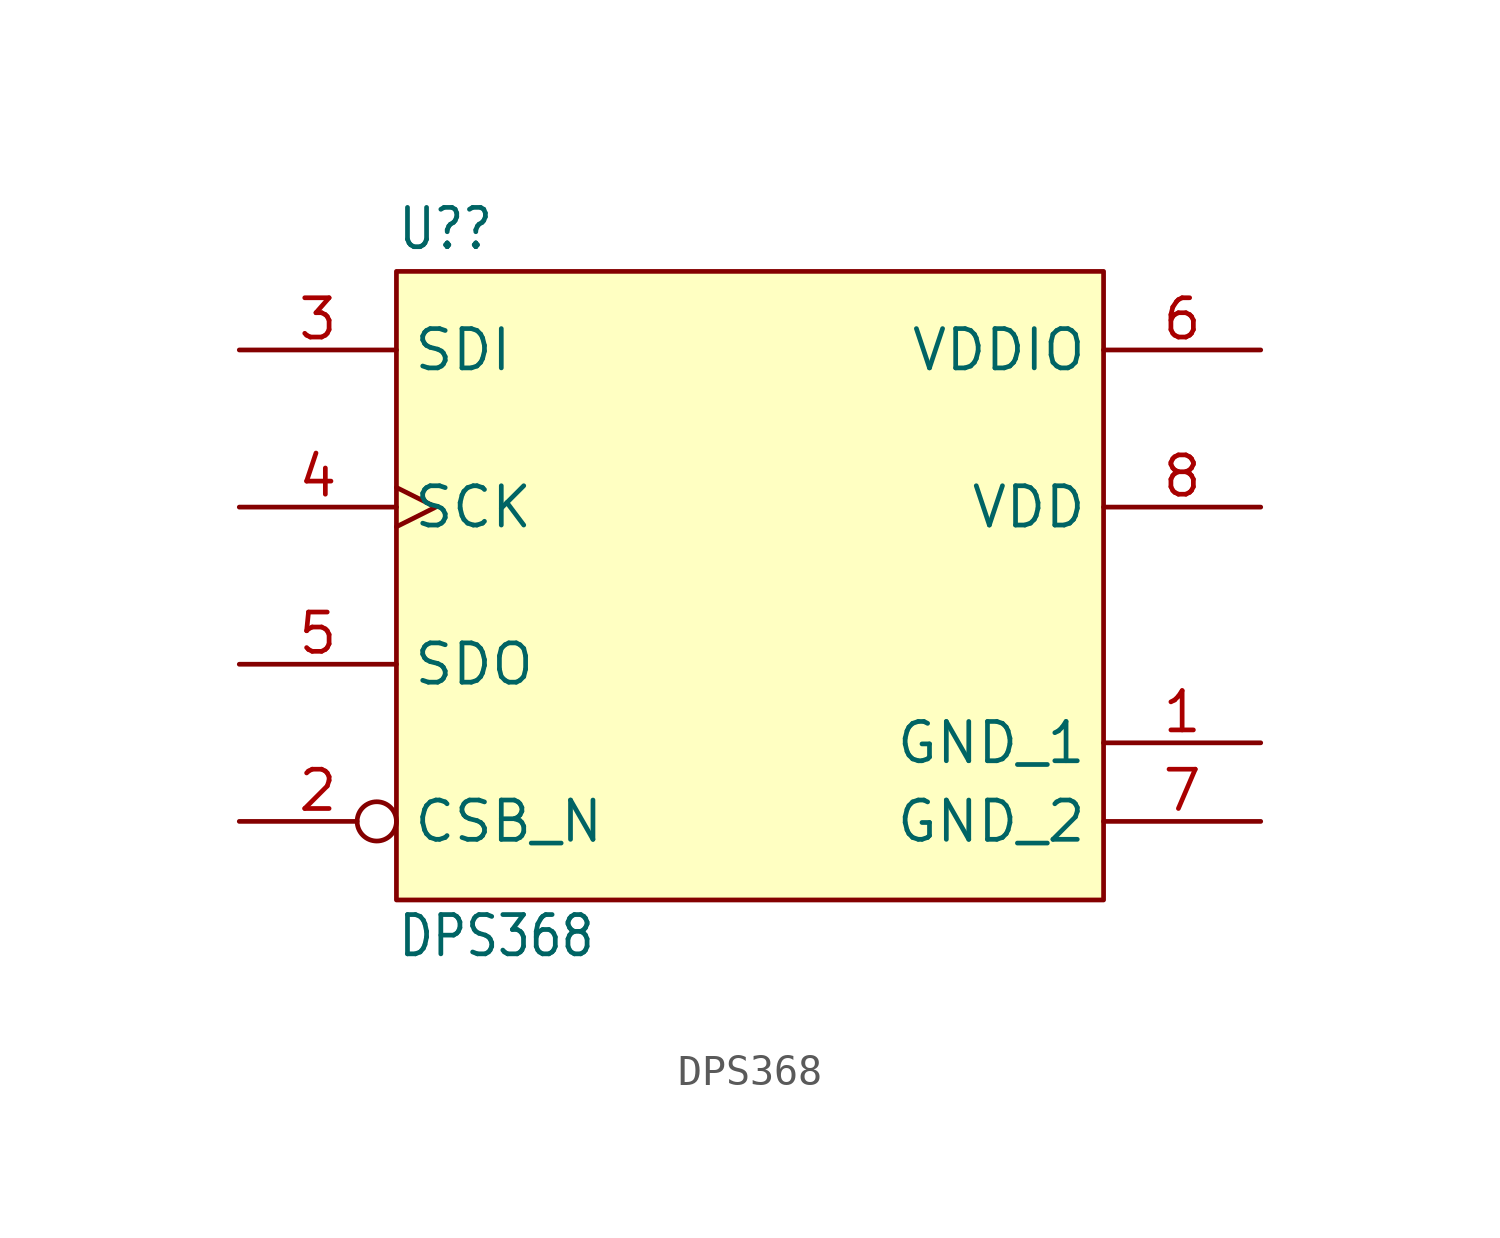
<source format=kicad_sym>
(kicad_symbol_lib
  (version 20231120)
  (generator "kicad_symbol_editor")
  (generator_version "8.0")
  (symbol "DPS368"
    (property "Reference" "U?"
      (at 0 0.635 0)
      (effects (font (size 1.27 1.079)) (justify left bottom)))
    (property "Value" "DPS368"
      (at 0 -22.225 0)
      (effects (font (size 1.27 1.079)) (justify left bottom)))
    (symbol "DPS368_1_0"
      (pin power_in line (at 27.94 -15.24 180) (length 5.08) (name "GND_1" (effects (font (size 1.27 1.27)))) (number "1" (effects (font (size 1.27 1.27)))))
      (pin input inverted (at -5.08 -17.78 0) (length 5.08) (name "CSB_N" (effects (font (size 1.27 1.27)))) (number "2" (effects (font (size 1.27 1.27)))))
      (pin bidirectional line (at -5.08 -2.54 0) (length 5.08) (name "SDI" (effects (font (size 1.27 1.27)))) (number "3" (effects (font (size 1.27 1.27)))))
      (pin input clock (at -5.08 -7.62 0) (length 5.08) (name "SCK" (effects (font (size 1.27 1.27)))) (number "4" (effects (font (size 1.27 1.27)))))
      (pin output line (at -5.08 -12.7 0) (length 5.08) (name "SDO" (effects (font (size 1.27 1.27)))) (number "5" (effects (font (size 1.27 1.27)))))
      (pin power_in line (at 27.94 -2.54 180) (length 5.08) (name "VDDIO" (effects (font (size 1.27 1.27)))) (number "6" (effects (font (size 1.27 1.27)))))
      (pin power_in line (at 27.94 -17.78 180) (length 5.08) (name "GND_2" (effects (font (size 1.27 1.27)))) (number "7" (effects (font (size 1.27 1.27)))))
      (pin power_in line (at 27.94 -7.62 180) (length 5.08) (name "VDD" (effects (font (size 1.27 1.27)))) (number "8" (effects (font (size 1.27 1.27))))))
    (symbol "DPS368_1_1"
      (rectangle (start 0 0) (end 22.86 -20.32) (stroke (width 0) (type default)) (fill (type color) (color 255 255 194 1))))))
</source>
